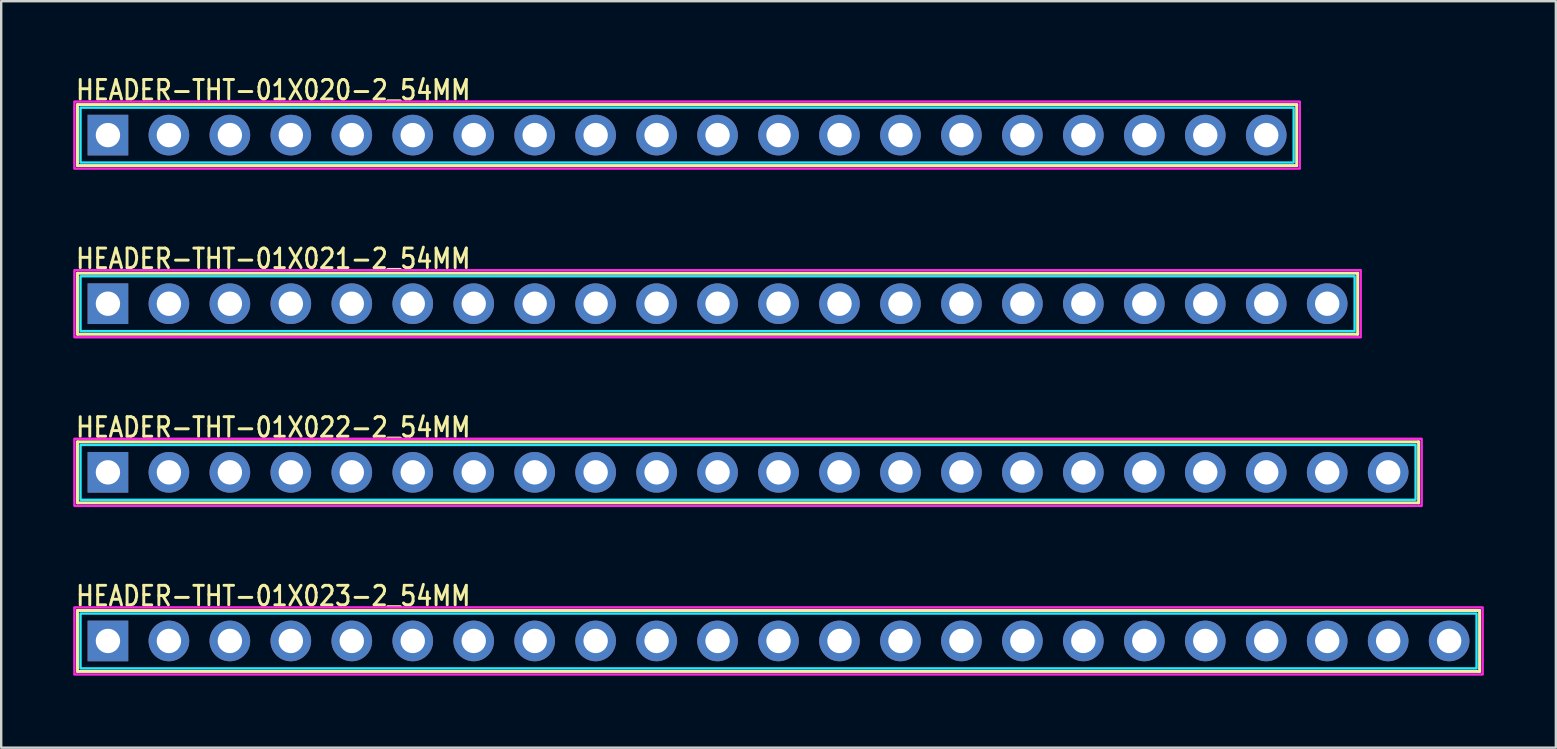
<source format=kicad_pcb>
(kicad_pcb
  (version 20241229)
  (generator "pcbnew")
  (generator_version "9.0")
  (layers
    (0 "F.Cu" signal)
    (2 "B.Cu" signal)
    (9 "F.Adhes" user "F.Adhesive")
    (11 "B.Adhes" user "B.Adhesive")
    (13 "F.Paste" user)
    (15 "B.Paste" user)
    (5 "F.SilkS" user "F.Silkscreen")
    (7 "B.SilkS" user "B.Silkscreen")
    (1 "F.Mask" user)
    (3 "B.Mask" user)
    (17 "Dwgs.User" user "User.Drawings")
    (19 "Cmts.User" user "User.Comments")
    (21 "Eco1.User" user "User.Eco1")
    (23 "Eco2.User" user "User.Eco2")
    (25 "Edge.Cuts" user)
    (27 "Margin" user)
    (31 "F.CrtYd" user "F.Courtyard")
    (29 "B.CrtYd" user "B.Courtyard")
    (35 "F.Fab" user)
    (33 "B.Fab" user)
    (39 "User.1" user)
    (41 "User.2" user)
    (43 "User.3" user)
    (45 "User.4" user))
  (footprint "HEADER-THT-01X021-2_54MM"
    (layer "F.Cu")
    (at 1.447 9.604)
    (property "Reference" "HEADER-THT-01X021-2_54MM" (at -1.4 -1.4 0) (unlocked yes) (layer "F.SilkS") (effects (font (size 0.813 0.695) (thickness 0.122)) (justify left bottom)))
    (fp_line (start -1.27 -1.27) (end -1.27 1.27) (stroke (width 0.127) (type solid)) (layer "F.SilkS"))
    (fp_line (start -1.27 1.27) (end 52.07 1.27) (stroke (width 0.127) (type solid)) (layer "F.SilkS"))
    (fp_line (start 52.07 -1.27) (end -1.27 -1.27) (stroke (width 0.127) (type solid)) (layer "F.SilkS"))
    (fp_line (start 52.07 1.27) (end 52.07 -1.27) (stroke (width 0.127) (type solid)) (layer "F.SilkS"))
    (fp_poly (pts (xy -1.143 -1.143) (xy 51.943 -1.143) (xy 51.943 1.143) (xy -1.143 1.143)) (stroke (width 0.1) (type solid)) (fill no) (layer "B.CrtYd"))
    (fp_poly (pts (xy -1.397 -1.397) (xy 52.197 -1.397) (xy 52.197 1.397) (xy -1.397 1.397)) (stroke (width 0.1) (type solid)) (fill no) (layer "F.CrtYd"))
    (pad "1" thru_hole rect (at 0 0) (size 1.693 1.693) (drill 1.016) (layers "*.Cu" "*.Mask"))
    (pad "2" thru_hole oval (at 2.54 0) (size 1.693 1.693) (drill 1.016) (layers "*.Cu" "*.Mask"))
    (pad "3" thru_hole oval (at 5.08 0) (size 1.693 1.693) (drill 1.016) (layers "*.Cu" "*.Mask"))
    (pad "4" thru_hole oval (at 7.62 0) (size 1.693 1.693) (drill 1.016) (layers "*.Cu" "*.Mask"))
    (pad "5" thru_hole oval (at 10.16 0) (size 1.693 1.693) (drill 1.016) (layers "*.Cu" "*.Mask"))
    (pad "6" thru_hole oval (at 12.7 0) (size 1.693 1.693) (drill 1.016) (layers "*.Cu" "*.Mask"))
    (pad "7" thru_hole oval (at 15.24 0) (size 1.693 1.693) (drill 1.016) (layers "*.Cu" "*.Mask"))
    (pad "8" thru_hole oval (at 17.78 0) (size 1.693 1.693) (drill 1.016) (layers "*.Cu" "*.Mask"))
    (pad "9" thru_hole oval (at 20.32 0) (size 1.693 1.693) (drill 1.016) (layers "*.Cu" "*.Mask"))
    (pad "10" thru_hole oval (at 22.86 0) (size 1.693 1.693) (drill 1.016) (layers "*.Cu" "*.Mask"))
    (pad "11" thru_hole oval (at 25.4 0) (size 1.693 1.693) (drill 1.016) (layers "*.Cu" "*.Mask"))
    (pad "12" thru_hole oval (at 27.94 0) (size 1.693 1.693) (drill 1.016) (layers "*.Cu" "*.Mask"))
    (pad "13" thru_hole oval (at 30.48 0) (size 1.693 1.693) (drill 1.016) (layers "*.Cu" "*.Mask"))
    (pad "14" thru_hole oval (at 33.02 0) (size 1.693 1.693) (drill 1.016) (layers "*.Cu" "*.Mask"))
    (pad "15" thru_hole oval (at 35.56 0) (size 1.693 1.693) (drill 1.016) (layers "*.Cu" "*.Mask"))
    (pad "16" thru_hole oval (at 38.1 0) (size 1.693 1.693) (drill 1.016) (layers "*.Cu" "*.Mask"))
    (pad "17" thru_hole oval (at 40.64 0) (size 1.693 1.693) (drill 1.016) (layers "*.Cu" "*.Mask"))
    (pad "18" thru_hole oval (at 43.18 0) (size 1.693 1.693) (drill 1.016) (layers "*.Cu" "*.Mask"))
    (pad "19" thru_hole oval (at 45.72 0) (size 1.693 1.693) (drill 1.016) (layers "*.Cu" "*.Mask"))
    (pad "20" thru_hole oval (at 48.26 0) (size 1.693 1.693) (drill 1.016) (layers "*.Cu" "*.Mask"))
    (pad "21" thru_hole oval (at 50.8 0) (size 1.693 1.693) (drill 1.016) (layers "*.Cu" "*.Mask")))
  (footprint "HEADER-THT-01X022-2_54MM"
    (layer "F.Cu")
    (at 1.447 16.63)
    (property "Reference" "HEADER-THT-01X022-2_54MM" (at -1.4 -1.4 0) (unlocked yes) (layer "F.SilkS") (effects (font (size 0.813 0.695) (thickness 0.122)) (justify left bottom)))
    (fp_line (start -1.27 -1.27) (end -1.27 1.27) (stroke (width 0.127) (type solid)) (layer "F.SilkS"))
    (fp_line (start -1.27 1.27) (end 54.61 1.27) (stroke (width 0.127) (type solid)) (layer "F.SilkS"))
    (fp_line (start 54.61 -1.27) (end -1.27 -1.27) (stroke (width 0.127) (type solid)) (layer "F.SilkS"))
    (fp_line (start 54.61 1.27) (end 54.61 -1.27) (stroke (width 0.127) (type solid)) (layer "F.SilkS"))
    (fp_poly (pts (xy -1.143 -1.143) (xy 54.483 -1.143) (xy 54.483 1.143) (xy -1.143 1.143)) (stroke (width 0.1) (type solid)) (fill no) (layer "B.CrtYd"))
    (fp_poly (pts (xy -1.397 -1.397) (xy 54.737 -1.397) (xy 54.737 1.397) (xy -1.397 1.397)) (stroke (width 0.1) (type solid)) (fill no) (layer "F.CrtYd"))
    (pad "1" thru_hole rect (at 0 0) (size 1.693 1.693) (drill 1.016) (layers "*.Cu" "*.Mask"))
    (pad "2" thru_hole oval (at 2.54 0) (size 1.693 1.693) (drill 1.016) (layers "*.Cu" "*.Mask"))
    (pad "3" thru_hole oval (at 5.08 0) (size 1.693 1.693) (drill 1.016) (layers "*.Cu" "*.Mask"))
    (pad "4" thru_hole oval (at 7.62 0) (size 1.693 1.693) (drill 1.016) (layers "*.Cu" "*.Mask"))
    (pad "5" thru_hole oval (at 10.16 0) (size 1.693 1.693) (drill 1.016) (layers "*.Cu" "*.Mask"))
    (pad "6" thru_hole oval (at 12.7 0) (size 1.693 1.693) (drill 1.016) (layers "*.Cu" "*.Mask"))
    (pad "7" thru_hole oval (at 15.24 0) (size 1.693 1.693) (drill 1.016) (layers "*.Cu" "*.Mask"))
    (pad "8" thru_hole oval (at 17.78 0) (size 1.693 1.693) (drill 1.016) (layers "*.Cu" "*.Mask"))
    (pad "9" thru_hole oval (at 20.32 0) (size 1.693 1.693) (drill 1.016) (layers "*.Cu" "*.Mask"))
    (pad "10" thru_hole oval (at 22.86 0) (size 1.693 1.693) (drill 1.016) (layers "*.Cu" "*.Mask"))
    (pad "11" thru_hole oval (at 25.4 0) (size 1.693 1.693) (drill 1.016) (layers "*.Cu" "*.Mask"))
    (pad "12" thru_hole oval (at 27.94 0) (size 1.693 1.693) (drill 1.016) (layers "*.Cu" "*.Mask"))
    (pad "13" thru_hole oval (at 30.48 0) (size 1.693 1.693) (drill 1.016) (layers "*.Cu" "*.Mask"))
    (pad "14" thru_hole oval (at 33.02 0) (size 1.693 1.693) (drill 1.016) (layers "*.Cu" "*.Mask"))
    (pad "15" thru_hole oval (at 35.56 0) (size 1.693 1.693) (drill 1.016) (layers "*.Cu" "*.Mask"))
    (pad "16" thru_hole oval (at 38.1 0) (size 1.693 1.693) (drill 1.016) (layers "*.Cu" "*.Mask"))
    (pad "17" thru_hole oval (at 40.64 0) (size 1.693 1.693) (drill 1.016) (layers "*.Cu" "*.Mask"))
    (pad "18" thru_hole oval (at 43.18 0) (size 1.693 1.693) (drill 1.016) (layers "*.Cu" "*.Mask"))
    (pad "19" thru_hole oval (at 45.72 0) (size 1.693 1.693) (drill 1.016) (layers "*.Cu" "*.Mask"))
    (pad "20" thru_hole oval (at 48.26 0) (size 1.693 1.693) (drill 1.016) (layers "*.Cu" "*.Mask"))
    (pad "21" thru_hole oval (at 50.8 0) (size 1.693 1.693) (drill 1.016) (layers "*.Cu" "*.Mask"))
    (pad "22" thru_hole oval (at 53.34 0) (size 1.693 1.693) (drill 1.016) (layers "*.Cu" "*.Mask")))
  (footprint "HEADER-THT-01X023-2_54MM"
    (layer "F.Cu")
    (at 1.447 23.655)
    (property "Reference" "HEADER-THT-01X023-2_54MM" (at -1.4 -1.4 0) (unlocked yes) (layer "F.SilkS") (effects (font (size 0.813 0.695) (thickness 0.122)) (justify left bottom)))
    (fp_line (start -1.27 -1.27) (end -1.27 1.27) (stroke (width 0.127) (type solid)) (layer "F.SilkS"))
    (fp_line (start -1.27 1.27) (end 57.15 1.27) (stroke (width 0.127) (type solid)) (layer "F.SilkS"))
    (fp_line (start 57.15 -1.27) (end -1.27 -1.27) (stroke (width 0.127) (type solid)) (layer "F.SilkS"))
    (fp_line (start 57.15 1.27) (end 57.15 -1.27) (stroke (width 0.127) (type solid)) (layer "F.SilkS"))
    (fp_poly (pts (xy -1.143 -1.143) (xy 57.023 -1.143) (xy 57.023 1.143) (xy -1.143 1.143)) (stroke (width 0.1) (type solid)) (fill no) (layer "B.CrtYd"))
    (fp_poly (pts (xy -1.397 -1.397) (xy 57.277 -1.397) (xy 57.277 1.397) (xy -1.397 1.397)) (stroke (width 0.1) (type solid)) (fill no) (layer "F.CrtYd"))
    (pad "1" thru_hole rect (at 0 0) (size 1.693 1.693) (drill 1.016) (layers "*.Cu" "*.Mask"))
    (pad "2" thru_hole oval (at 2.54 0) (size 1.693 1.693) (drill 1.016) (layers "*.Cu" "*.Mask"))
    (pad "3" thru_hole oval (at 5.08 0) (size 1.693 1.693) (drill 1.016) (layers "*.Cu" "*.Mask"))
    (pad "4" thru_hole oval (at 7.62 0) (size 1.693 1.693) (drill 1.016) (layers "*.Cu" "*.Mask"))
    (pad "5" thru_hole oval (at 10.16 0) (size 1.693 1.693) (drill 1.016) (layers "*.Cu" "*.Mask"))
    (pad "6" thru_hole oval (at 12.7 0) (size 1.693 1.693) (drill 1.016) (layers "*.Cu" "*.Mask"))
    (pad "7" thru_hole oval (at 15.24 0) (size 1.693 1.693) (drill 1.016) (layers "*.Cu" "*.Mask"))
    (pad "8" thru_hole oval (at 17.78 0) (size 1.693 1.693) (drill 1.016) (layers "*.Cu" "*.Mask"))
    (pad "9" thru_hole oval (at 20.32 0) (size 1.693 1.693) (drill 1.016) (layers "*.Cu" "*.Mask"))
    (pad "10" thru_hole oval (at 22.86 0) (size 1.693 1.693) (drill 1.016) (layers "*.Cu" "*.Mask"))
    (pad "11" thru_hole oval (at 25.4 0) (size 1.693 1.693) (drill 1.016) (layers "*.Cu" "*.Mask"))
    (pad "12" thru_hole oval (at 27.94 0) (size 1.693 1.693) (drill 1.016) (layers "*.Cu" "*.Mask"))
    (pad "13" thru_hole oval (at 30.48 0) (size 1.693 1.693) (drill 1.016) (layers "*.Cu" "*.Mask"))
    (pad "14" thru_hole oval (at 33.02 0) (size 1.693 1.693) (drill 1.016) (layers "*.Cu" "*.Mask"))
    (pad "15" thru_hole oval (at 35.56 0) (size 1.693 1.693) (drill 1.016) (layers "*.Cu" "*.Mask"))
    (pad "16" thru_hole oval (at 38.1 0) (size 1.693 1.693) (drill 1.016) (layers "*.Cu" "*.Mask"))
    (pad "17" thru_hole oval (at 40.64 0) (size 1.693 1.693) (drill 1.016) (layers "*.Cu" "*.Mask"))
    (pad "18" thru_hole oval (at 43.18 0) (size 1.693 1.693) (drill 1.016) (layers "*.Cu" "*.Mask"))
    (pad "19" thru_hole oval (at 45.72 0) (size 1.693 1.693) (drill 1.016) (layers "*.Cu" "*.Mask"))
    (pad "20" thru_hole oval (at 48.26 0) (size 1.693 1.693) (drill 1.016) (layers "*.Cu" "*.Mask"))
    (pad "21" thru_hole oval (at 50.8 0) (size 1.693 1.693) (drill 1.016) (layers "*.Cu" "*.Mask"))
    (pad "22" thru_hole oval (at 53.34 0) (size 1.693 1.693) (drill 1.016) (layers "*.Cu" "*.Mask"))
    (pad "23" thru_hole oval (at 55.88 0) (size 1.693 1.693) (drill 1.016) (layers "*.Cu" "*.Mask")))
  (footprint "HEADER-THT-01X020-2_54MM"
    (layer "F.Cu")
    (at 1.447 2.579)
    (property "Reference" "HEADER-THT-01X020-2_54MM" (at -1.4 -1.4 0) (unlocked yes) (layer "F.SilkS") (effects (font (size 0.813 0.695) (thickness 0.122)) (justify left bottom)))
    (fp_line (start -1.27 -1.27) (end -1.27 1.27) (stroke (width 0.127) (type solid)) (layer "F.SilkS"))
    (fp_line (start -1.27 1.27) (end 49.53 1.27) (stroke (width 0.127) (type solid)) (layer "F.SilkS"))
    (fp_line (start 49.53 -1.27) (end -1.27 -1.27) (stroke (width 0.127) (type solid)) (layer "F.SilkS"))
    (fp_line (start 49.53 1.27) (end 49.53 -1.27) (stroke (width 0.127) (type solid)) (layer "F.SilkS"))
    (fp_poly (pts (xy -1.143 -1.143) (xy 49.403 -1.143) (xy 49.403 1.143) (xy -1.143 1.143)) (stroke (width 0.1) (type solid)) (fill no) (layer "B.CrtYd"))
    (fp_poly (pts (xy -1.397 -1.397) (xy 49.657 -1.397) (xy 49.657 1.397) (xy -1.397 1.397)) (stroke (width 0.1) (type solid)) (fill no) (layer "F.CrtYd"))
    (pad "P$1" thru_hole rect (at 0 0) (size 1.693 1.693) (drill 1.016) (layers "*.Cu" "*.Mask"))
    (pad "P$2" thru_hole oval (at 2.54 0) (size 1.693 1.693) (drill 1.016) (layers "*.Cu" "*.Mask"))
    (pad "P$3" thru_hole oval (at 5.08 0) (size 1.693 1.693) (drill 1.016) (layers "*.Cu" "*.Mask"))
    (pad "P$4" thru_hole oval (at 7.62 0) (size 1.693 1.693) (drill 1.016) (layers "*.Cu" "*.Mask"))
    (pad "P$5" thru_hole oval (at 10.16 0) (size 1.693 1.693) (drill 1.016) (layers "*.Cu" "*.Mask"))
    (pad "P$6" thru_hole oval (at 12.7 0) (size 1.693 1.693) (drill 1.016) (layers "*.Cu" "*.Mask"))
    (pad "P$7" thru_hole oval (at 15.24 0) (size 1.693 1.693) (drill 1.016) (layers "*.Cu" "*.Mask"))
    (pad "P$8" thru_hole oval (at 17.78 0) (size 1.693 1.693) (drill 1.016) (layers "*.Cu" "*.Mask"))
    (pad "P$9" thru_hole oval (at 20.32 0) (size 1.693 1.693) (drill 1.016) (layers "*.Cu" "*.Mask"))
    (pad "P$10" thru_hole oval (at 22.86 0) (size 1.693 1.693) (drill 1.016) (layers "*.Cu" "*.Mask"))
    (pad "P$11" thru_hole oval (at 25.4 0) (size 1.693 1.693) (drill 1.016) (layers "*.Cu" "*.Mask"))
    (pad "P$12" thru_hole oval (at 27.94 0) (size 1.693 1.693) (drill 1.016) (layers "*.Cu" "*.Mask"))
    (pad "P$13" thru_hole oval (at 30.48 0) (size 1.693 1.693) (drill 1.016) (layers "*.Cu" "*.Mask"))
    (pad "P$14" thru_hole oval (at 33.02 0) (size 1.693 1.693) (drill 1.016) (layers "*.Cu" "*.Mask"))
    (pad "P$15" thru_hole oval (at 35.56 0) (size 1.693 1.693) (drill 1.016) (layers "*.Cu" "*.Mask"))
    (pad "P$16" thru_hole oval (at 38.1 0) (size 1.693 1.693) (drill 1.016) (layers "*.Cu" "*.Mask"))
    (pad "P$17" thru_hole oval (at 40.64 0) (size 1.693 1.693) (drill 1.016) (layers "*.Cu" "*.Mask"))
    (pad "P$18" thru_hole oval (at 43.18 0) (size 1.693 1.693) (drill 1.016) (layers "*.Cu" "*.Mask"))
    (pad "P$19" thru_hole oval (at 45.72 0) (size 1.693 1.693) (drill 1.016) (layers "*.Cu" "*.Mask"))
    (pad "P$20" thru_hole oval (at 48.26 0) (size 1.693 1.693) (drill 1.016) (layers "*.Cu" "*.Mask")))
  (gr_rect
    (start -3 -3)
    (end 61.774 28.102)
    (stroke (width 0.1) (type default))
    (fill no)
    (layer "Edge.Cuts")))
</source>
